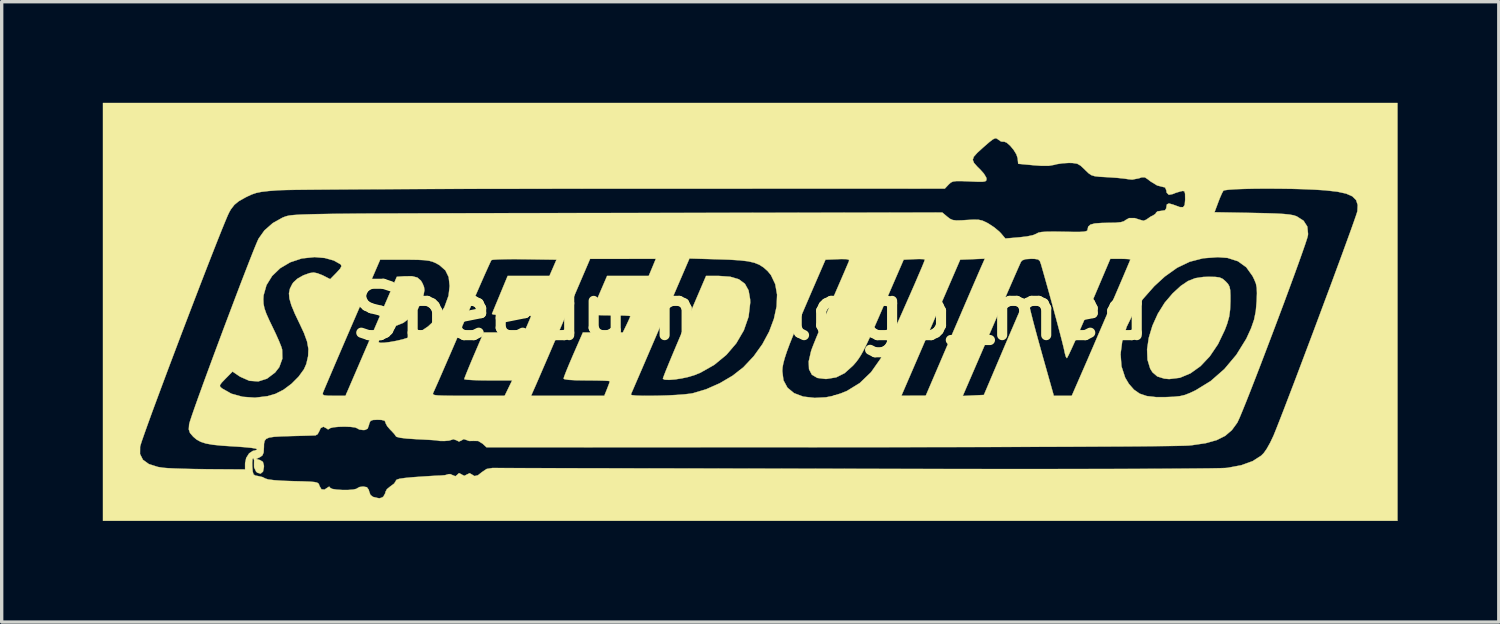
<source format=kicad_pcb>
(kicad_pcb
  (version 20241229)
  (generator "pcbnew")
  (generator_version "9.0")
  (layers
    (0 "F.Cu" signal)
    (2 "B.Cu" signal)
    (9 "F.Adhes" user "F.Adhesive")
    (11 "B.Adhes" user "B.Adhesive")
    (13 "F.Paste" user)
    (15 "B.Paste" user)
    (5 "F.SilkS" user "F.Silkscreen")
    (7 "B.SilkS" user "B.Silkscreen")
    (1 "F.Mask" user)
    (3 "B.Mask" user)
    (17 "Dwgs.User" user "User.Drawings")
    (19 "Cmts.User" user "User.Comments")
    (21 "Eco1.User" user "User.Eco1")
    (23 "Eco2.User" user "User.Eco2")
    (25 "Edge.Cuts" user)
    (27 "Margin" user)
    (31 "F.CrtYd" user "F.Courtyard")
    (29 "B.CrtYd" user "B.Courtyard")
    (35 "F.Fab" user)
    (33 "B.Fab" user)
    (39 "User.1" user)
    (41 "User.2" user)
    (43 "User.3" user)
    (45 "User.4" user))
  (footprint "Speeduino logo_med"
    (layer "F.Cu")
    (at 19.207 6.203)
    (property "Reference" "Speeduino logo_med" (at 0 0 0) (layer "F.SilkS") (effects (font (size 1.524 1.524) (thickness 0.3))))
    (attr through_hole)
    (fp_poly (pts (xy -0.593 -1.043) (xy -0.337 -0.967) (xy -0.158 -0.834) (xy -0.049 -0.637) (xy -0.003 -0.371) (xy -0.00019 -0.275) (xy -0.049 0.143) (xy -0.19 0.548) (xy -0.413 0.93) (xy -0.707 1.274) (xy -1.065 1.569) (xy -1.475 1.802) (xy -1.649 1.873) (xy -1.828 1.928) (xy -2.03 1.972) (xy -2.231 2.003) (xy -2.407 2.017) (xy -2.534 2.012) (xy -2.59 1.986) (xy -2.591 1.981) (xy -2.571 1.921) (xy -2.517 1.78) (xy -2.431 1.569) (xy -2.319 1.299) (xy -2.186 0.983) (xy -2.037 0.631) (xy -1.95 0.428) (xy -1.31 -1.067) (xy -0.933 -1.067) (xy -0.593 -1.043)) (stroke (width 0.01) (type solid)) (fill yes) (layer "F.SilkS"))
    (fp_poly (pts (xy 13.798 -1.038) (xy 13.925 -1.021) (xy 14.015 -0.981) (xy 14.097 -0.911) (xy 14.109 -0.9) (xy 14.177 -0.825) (xy 14.218 -0.75) (xy 14.239 -0.648) (xy 14.246 -0.493) (xy 14.246 -0.316) (xy 14.236 -0.061) (xy 14.208 0.144) (xy 14.15 0.349) (xy 14.081 0.533) (xy 13.878 0.957) (xy 13.634 1.318) (xy 13.359 1.609) (xy 13.06 1.823) (xy 12.747 1.954) (xy 12.428 1.993) (xy 12.284 1.979) (xy 12.077 1.915) (xy 11.934 1.792) (xy 11.865 1.68) (xy 11.786 1.42) (xy 11.774 1.109) (xy 11.825 0.765) (xy 11.933 0.408) (xy 12.092 0.056) (xy 12.297 -0.273) (xy 12.534 -0.551) (xy 12.773 -0.77) (xy 12.987 -0.915) (xy 13.202 -1) (xy 13.447 -1.037) (xy 13.601 -1.041) (xy 13.798 -1.038)) (stroke (width 0.01) (type solid)) (fill yes) (layer "F.SilkS"))
    (fp_poly (pts (xy 19.202 6.198) (xy -19.202 6.198) (xy -19.202 4.216) (xy -18.103 4.216) (xy -18.017 4.387) (xy -17.84 4.515) (xy -17.572 4.6) (xy -17.424 4.624) (xy -17.288 4.635) (xy -17.071 4.646) (xy -16.793 4.655) (xy -16.473 4.662) (xy -16.134 4.666) (xy -16.066 4.667) (xy -14.986 4.674) (xy -14.986 4.496) (xy -14.981 4.471) (xy -14.775 4.471) (xy -14.773 4.58) (xy -14.76 4.738) (xy -14.735 4.821) (xy -14.681 4.856) (xy -14.605 4.869) (xy -14.47 4.9) (xy -14.381 4.945) (xy -14.298 4.971) (xy -14.123 4.993) (xy -13.866 5.011) (xy -13.56 5.021) (xy -13.27 5.028) (xy -13.066 5.036) (xy -12.932 5.047) (xy -12.851 5.065) (xy -12.808 5.092) (xy -12.788 5.131) (xy -12.78 5.161) (xy -12.721 5.263) (xy -12.63 5.272) (xy -12.551 5.22) (xy -12.491 5.182) (xy -12.461 5.22) (xy -12.402 5.251) (xy -12.273 5.272) (xy -12.105 5.283) (xy -11.929 5.283) (xy -11.776 5.271) (xy -11.677 5.247) (xy -11.659 5.232) (xy -11.59 5.195) (xy -11.482 5.182) (xy -11.372 5.201) (xy -11.317 5.279) (xy -11.304 5.331) (xy -11.266 5.431) (xy -11.192 5.488) (xy -11.051 5.522) (xy -10.996 5.53) (xy -10.917 5.504) (xy -10.881 5.476) (xy -10.827 5.378) (xy -10.82 5.337) (xy -10.779 5.26) (xy -10.68 5.179) (xy -10.668 5.171) (xy -10.565 5.094) (xy -10.516 5.02) (xy -10.516 5.013) (xy -10.491 4.979) (xy -10.407 4.951) (xy -10.252 4.928) (xy -10.012 4.905) (xy -9.944 4.9) (xy -9.693 4.883) (xy -9.46 4.868) (xy -9.275 4.858) (xy -9.186 4.855) (xy -9.055 4.844) (xy -8.971 4.821) (xy -8.965 4.816) (xy -8.9 4.812) (xy -8.832 4.842) (xy -8.746 4.876) (xy -8.692 4.833) (xy -8.689 4.829) (xy -8.639 4.783) (xy -8.569 4.818) (xy -8.564 4.823) (xy -8.482 4.864) (xy -8.405 4.824) (xy -8.324 4.786) (xy -8.268 4.818) (xy -8.179 4.871) (xy -8.078 4.847) (xy -7.957 4.752) (xy -7.82 4.66) (xy -7.65 4.631) (xy -7.607 4.631) (xy -7.536 4.631) (xy -7.368 4.632) (xy -7.108 4.633) (xy -6.761 4.634) (xy -6.331 4.635) (xy -5.825 4.636) (xy -5.246 4.638) (xy -4.599 4.639) (xy -3.889 4.641) (xy -3.122 4.643) (xy -2.301 4.644) (xy -1.432 4.646) (xy -0.519 4.648) (xy 0.432 4.65) (xy 1.417 4.652) (xy 2.431 4.654) (xy 3.175 4.656) (xy 4.515 4.658) (xy 5.775 4.66) (xy 6.954 4.661) (xy 8.05 4.661) (xy 9.061 4.661) (xy 9.986 4.66) (xy 10.823 4.659) (xy 11.571 4.657) (xy 12.228 4.654) (xy 12.792 4.65) (xy 13.262 4.646) (xy 13.637 4.642) (xy 13.914 4.637) (xy 14.092 4.631) (xy 14.159 4.626) (xy 14.57 4.549) (xy 14.907 4.427) (xy 15.16 4.264) (xy 15.233 4.191) (xy 15.324 4.062) (xy 15.428 3.876) (xy 15.525 3.671) (xy 15.533 3.652) (xy 15.609 3.463) (xy 15.712 3.201) (xy 15.838 2.877) (xy 15.982 2.5) (xy 16.143 2.08) (xy 16.315 1.625) (xy 16.495 1.147) (xy 16.681 0.654) (xy 16.867 0.156) (xy 17.051 -0.338) (xy 17.23 -0.817) (xy 17.398 -1.273) (xy 17.554 -1.695) (xy 17.692 -2.074) (xy 17.811 -2.401) (xy 17.905 -2.665) (xy 17.972 -2.858) (xy 18.008 -2.969) (xy 18.013 -2.989) (xy 18.022 -3.174) (xy 17.975 -3.318) (xy 17.865 -3.428) (xy 17.681 -3.509) (xy 17.416 -3.567) (xy 17.059 -3.607) (xy 17.026 -3.609) (xy 16.74 -3.627) (xy 16.413 -3.641) (xy 16.06 -3.651) (xy 15.694 -3.656) (xy 15.331 -3.658) (xy 14.986 -3.656) (xy 14.672 -3.649) (xy 14.406 -3.64) (xy 14.201 -3.626) (xy 14.073 -3.609) (xy 14.036 -3.594) (xy 13.993 -3.514) (xy 13.931 -3.373) (xy 13.881 -3.243) (xy 13.774 -2.956) (xy 14.901 -2.936) (xy 15.293 -2.928) (xy 15.598 -2.918) (xy 15.828 -2.905) (xy 15.997 -2.888) (xy 16.119 -2.866) (xy 16.206 -2.837) (xy 16.214 -2.834) (xy 16.416 -2.705) (xy 16.527 -2.532) (xy 16.549 -2.312) (xy 16.545 -2.271) (xy 16.521 -2.181) (xy 16.464 -2.006) (xy 16.378 -1.759) (xy 16.268 -1.449) (xy 16.137 -1.088) (xy 15.99 -0.688) (xy 15.831 -0.257) (xy 15.663 0.191) (xy 15.491 0.647) (xy 15.319 1.1) (xy 15.152 1.539) (xy 14.992 1.953) (xy 14.845 2.331) (xy 14.714 2.662) (xy 14.603 2.936) (xy 14.518 3.14) (xy 14.46 3.266) (xy 14.449 3.288) (xy 14.289 3.507) (xy 14.091 3.677) (xy 13.839 3.803) (xy 13.52 3.893) (xy 13.118 3.953) (xy 13.006 3.964) (xy 12.898 3.969) (xy 12.693 3.974) (xy 12.396 3.979) (xy 12.011 3.983) (xy 11.542 3.988) (xy 10.995 3.992) (xy 10.373 3.995) (xy 9.681 3.999) (xy 8.924 4.002) (xy 8.107 4.005) (xy 7.233 4.008) (xy 6.308 4.01) (xy 5.335 4.011) (xy 4.32 4.013) (xy 3.267 4.014) (xy 2.325 4.014) (xy -7.823 4.017) (xy -7.938 3.91) (xy -8.071 3.829) (xy -8.211 3.827) (xy -8.339 3.829) (xy -8.424 3.798) (xy -8.425 3.798) (xy -8.498 3.773) (xy -8.558 3.808) (xy -8.64 3.847) (xy -8.712 3.81) (xy -8.81 3.776) (xy -8.852 3.793) (xy -8.936 3.818) (xy -9.072 3.83) (xy -9.211 3.828) (xy -9.296 3.813) (xy -9.354 3.807) (xy -9.492 3.798) (xy -9.69 3.787) (xy -9.906 3.776) (xy -10.185 3.758) (xy -10.383 3.734) (xy -10.493 3.706) (xy -10.511 3.69) (xy -10.56 3.62) (xy -10.653 3.52) (xy -10.676 3.498) (xy -10.77 3.39) (xy -10.819 3.296) (xy -10.82 3.282) (xy -10.845 3.229) (xy -10.935 3.205) (xy -11.05 3.2) (xy -11.193 3.206) (xy -11.266 3.235) (xy -11.3 3.306) (xy -11.311 3.353) (xy -11.35 3.463) (xy -11.429 3.502) (xy -11.484 3.505) (xy -11.599 3.489) (xy -11.659 3.454) (xy -11.724 3.427) (xy -11.859 3.411) (xy -12.031 3.404) (xy -12.21 3.409) (xy -12.363 3.423) (xy -12.459 3.447) (xy -12.474 3.459) (xy -12.525 3.487) (xy -12.563 3.459) (xy -12.663 3.406) (xy -12.744 3.448) (xy -12.781 3.531) (xy -12.834 3.628) (xy -12.896 3.663) (xy -12.978 3.666) (xy -13.137 3.671) (xy -13.352 3.677) (xy -13.589 3.683) (xy -13.898 3.692) (xy -14.12 3.705) (xy -14.269 3.727) (xy -14.36 3.766) (xy -14.407 3.826) (xy -14.425 3.913) (xy -14.427 4.011) (xy -14.436 4.168) (xy -14.471 4.256) (xy -14.541 4.307) (xy -14.656 4.363) (xy -14.541 4.397) (xy -14.458 4.449) (xy -14.428 4.556) (xy -14.427 4.598) (xy -14.454 4.737) (xy -14.525 4.798) (xy -14.622 4.771) (xy -14.659 4.739) (xy -14.719 4.612) (xy -14.72 4.511) (xy -14.718 4.397) (xy -14.743 4.336) (xy -14.766 4.366) (xy -14.775 4.471) (xy -14.981 4.471) (xy -14.953 4.333) (xy -14.867 4.198) (xy -14.753 4.122) (xy -14.707 4.115) (xy -14.639 4.091) (xy -14.63 4.071) (xy -14.678 4.053) (xy -14.809 4.032) (xy -15.003 4.013) (xy -15.244 3.995) (xy -15.303 3.992) (xy -15.665 3.969) (xy -15.941 3.941) (xy -16.149 3.904) (xy -16.305 3.853) (xy -16.426 3.786) (xy -16.525 3.702) (xy -16.621 3.59) (xy -16.656 3.486) (xy -16.646 3.337) (xy -16.646 3.337) (xy -16.623 3.254) (xy -16.568 3.086) (xy -16.485 2.846) (xy -16.377 2.543) (xy -16.248 2.188) (xy -16.242 2.17) (xy -15.731 2.17) (xy -15.728 2.217) (xy -15.678 2.264) (xy -15.672 2.269) (xy -15.393 2.427) (xy -15.058 2.519) (xy -14.692 2.545) (xy -14.32 2.5) (xy -14.138 2.447) (xy -12.682 2.447) (xy -12.644 2.474) (xy -12.544 2.486) (xy -12.363 2.489) (xy -12.357 2.489) (xy -12.007 2.489) (xy -11.98 2.427) (xy -9.414 2.427) (xy -9.404 2.45) (xy -9.36 2.467) (xy -9.271 2.478) (xy -9.123 2.484) (xy -8.905 2.488) (xy -8.605 2.489) (xy -8.369 2.489) (xy -7.285 2.489) (xy -6.501 2.489) (xy -4.329 2.489) (xy -4.314 2.451) (xy -3.542 2.451) (xy -3.506 2.47) (xy -3.387 2.483) (xy -3.204 2.489) (xy -2.974 2.49) (xy -2.716 2.486) (xy -2.45 2.478) (xy -2.192 2.464) (xy -1.962 2.447) (xy -1.778 2.426) (xy -1.702 2.413) (xy -1.309 2.296) (xy -0.902 2.116) (xy -0.52 1.891) (xy -0.345 1.754) (xy 0.951 1.754) (xy 0.986 2.029) (xy 1.105 2.249) (xy 1.301 2.411) (xy 1.572 2.513) (xy 1.913 2.552) (xy 2.246 2.534) (xy 2.444 2.494) (xy 6.305 2.494) (xy 6.619 2.479) (xy 6.932 2.464) (xy 7.526 1.067) (xy 7.677 0.712) (xy 7.818 0.385) (xy 7.941 0.098) (xy 8.043 -0.135) (xy 8.118 -0.304) (xy 8.161 -0.394) (xy 8.166 -0.405) (xy 8.198 -0.415) (xy 8.234 -0.343) (xy 8.279 -0.182) (xy 8.298 -0.1) (xy 8.338 0.063) (xy 8.399 0.303) (xy 8.478 0.599) (xy 8.569 0.931) (xy 8.665 1.277) (xy 8.695 1.384) (xy 9.007 2.489) (xy 9.539 2.489) (xy 9.744 2.019) (xy 9.866 1.739) (xy 10.006 1.418) (xy 10.08 1.245) (xy 10.987 1.245) (xy 11.014 1.615) (xy 11.123 1.949) (xy 11.233 2.134) (xy 11.384 2.307) (xy 11.555 2.426) (xy 11.766 2.497) (xy 12.039 2.528) (xy 12.324 2.528) (xy 12.569 2.518) (xy 12.749 2.499) (xy 12.897 2.464) (xy 13.049 2.404) (xy 13.216 2.325) (xy 13.659 2.053) (xy 14.066 1.697) (xy 14.423 1.272) (xy 14.718 0.796) (xy 14.861 0.483) (xy 14.948 0.231) (xy 14.999 -0.021) (xy 15.025 -0.322) (xy 15.025 -0.33) (xy 15.033 -0.556) (xy 15.027 -0.715) (xy 15.003 -0.839) (xy 14.953 -0.962) (xy 14.901 -1.067) (xy 14.716 -1.325) (xy 14.469 -1.503) (xy 14.16 -1.602) (xy 13.872 -1.624) (xy 13.436 -1.591) (xy 13.04 -1.489) (xy 12.667 -1.311) (xy 12.299 -1.049) (xy 11.987 -0.763) (xy 11.645 -0.376) (xy 11.371 0.029) (xy 11.168 0.442) (xy 11.039 0.851) (xy 10.987 1.245) (xy 10.08 1.245) (xy 10.158 1.066) (xy 10.317 0.695) (xy 10.48 0.318) (xy 10.64 -0.054) (xy 10.792 -0.41) (xy 10.933 -0.738) (xy 11.056 -1.026) (xy 11.156 -1.263) (xy 11.23 -1.437) (xy 11.271 -1.536) (xy 11.278 -1.555) (xy 11.231 -1.566) (xy 11.112 -1.573) (xy 10.98 -1.575) (xy 10.683 -1.575) (xy 10.057 -0.102) (xy 9.902 0.259) (xy 9.759 0.588) (xy 9.633 0.874) (xy 9.528 1.105) (xy 9.45 1.27) (xy 9.403 1.359) (xy 9.393 1.372) (xy 9.363 1.327) (xy 9.331 1.214) (xy 9.32 1.156) (xy 9.297 1.053) (xy 9.251 0.868) (xy 9.186 0.617) (xy 9.106 0.316) (xy 9.016 -0.019) (xy 8.92 -0.372) (xy 8.821 -0.728) (xy 8.725 -1.07) (xy 8.636 -1.382) (xy 8.628 -1.41) (xy 8.593 -1.508) (xy 8.539 -1.557) (xy 8.437 -1.573) (xy 8.331 -1.575) (xy 8.162 -1.564) (xy 8.066 -1.526) (xy 8.031 -1.483) (xy 8.001 -1.417) (xy 7.935 -1.269) (xy 7.838 -1.048) (xy 7.714 -0.764) (xy 7.568 -0.429) (xy 7.405 -0.052) (xy 7.228 0.357) (xy 7.144 0.552) (xy 6.305 2.494) (xy 2.444 2.494) (xy 2.448 2.493) (xy 2.461 2.489) (xy 4.484 2.489) (xy 4.845 2.488) (xy 5.207 2.488) (xy 5.953 0.748) (xy 6.129 0.341) (xy 6.296 -0.049) (xy 6.451 -0.409) (xy 6.587 -0.725) (xy 6.7 -0.985) (xy 6.783 -1.177) (xy 6.83 -1.285) (xy 6.96 -1.579) (xy 6.594 -1.564) (xy 6.229 -1.549) (xy 5.356 0.47) (xy 4.484 2.489) (xy 2.461 2.489) (xy 2.684 2.42) (xy 2.869 2.345) (xy 3.25 2.111) (xy 3.585 1.789) (xy 3.87 1.384) (xy 3.946 1.245) (xy 4.008 1.116) (xy 4.099 0.922) (xy 4.212 0.676) (xy 4.34 0.392) (xy 4.478 0.084) (xy 4.618 -0.233) (xy 4.756 -0.546) (xy 4.885 -0.84) (xy 4.997 -1.102) (xy 5.089 -1.316) (xy 5.152 -1.47) (xy 5.18 -1.548) (xy 5.182 -1.554) (xy 5.135 -1.565) (xy 5.015 -1.569) (xy 4.867 -1.565) (xy 4.552 -1.549) (xy 4.013 -0.305) (xy 3.825 0.129) (xy 3.671 0.481) (xy 3.545 0.762) (xy 3.442 0.982) (xy 3.356 1.153) (xy 3.282 1.286) (xy 3.214 1.391) (xy 3.147 1.481) (xy 3.074 1.566) (xy 3.042 1.6) (xy 2.802 1.816) (xy 2.553 1.941) (xy 2.271 1.988) (xy 2.23 1.989) (xy 1.991 1.959) (xy 1.829 1.863) (xy 1.744 1.7) (xy 1.735 1.472) (xy 1.802 1.176) (xy 1.822 1.113) (xy 1.87 0.988) (xy 1.951 0.787) (xy 2.058 0.527) (xy 2.185 0.225) (xy 2.325 -0.102) (xy 2.412 -0.305) (xy 2.55 -0.625) (xy 2.676 -0.915) (xy 2.783 -1.163) (xy 2.865 -1.355) (xy 2.917 -1.477) (xy 2.933 -1.514) (xy 2.924 -1.548) (xy 2.853 -1.565) (xy 2.704 -1.568) (xy 2.595 -1.564) (xy 2.232 -1.549) (xy 1.825 -0.61) (xy 1.607 -0.103) (xy 1.427 0.321) (xy 1.282 0.671) (xy 1.168 0.956) (xy 1.083 1.187) (xy 1.022 1.373) (xy 0.982 1.522) (xy 0.959 1.645) (xy 0.951 1.752) (xy 0.951 1.754) (xy -0.345 1.754) (xy -0.205 1.645) (xy 0.104 1.316) (xy 0.361 0.958) (xy 0.562 0.584) (xy 0.703 0.206) (xy 0.783 -0.164) (xy 0.797 -0.512) (xy 0.742 -0.825) (xy 0.615 -1.092) (xy 0.516 -1.212) (xy 0.397 -1.318) (xy 0.271 -1.399) (xy 0.122 -1.459) (xy -0.067 -1.502) (xy -0.311 -1.53) (xy -0.629 -1.55) (xy -0.94 -1.56) (xy -1.803 -1.585) (xy -2.663 0.414) (xy -2.845 0.837) (xy -3.015 1.232) (xy -3.168 1.588) (xy -3.301 1.896) (xy -3.409 2.145) (xy -3.487 2.327) (xy -3.533 2.43) (xy -3.542 2.451) (xy -4.314 2.451) (xy -4.247 2.285) (xy -4.197 2.155) (xy -4.168 2.07) (xy -4.166 2.056) (xy -4.213 2.047) (xy -4.344 2.04) (xy -4.539 2.035) (xy -4.781 2.032) (xy -4.851 2.032) (xy -5.165 2.028) (xy -5.386 2.016) (xy -5.509 1.997) (xy -5.537 1.978) (xy -5.518 1.914) (xy -5.465 1.776) (xy -5.385 1.581) (xy -5.286 1.349) (xy -5.251 1.267) (xy -4.964 0.61) (xy -3.779 0.61) (xy -3.668 0.38) (xy -3.604 0.243) (xy -3.563 0.149) (xy -3.556 0.126) (xy -3.603 0.116) (xy -3.732 0.108) (xy -3.923 0.103) (xy -4.14 0.102) (xy -4.37 0.099) (xy -4.558 0.093) (xy -4.682 0.083) (xy -4.724 0.072) (xy -4.705 0.017) (xy -4.654 -0.112) (xy -4.577 -0.296) (xy -4.485 -0.512) (xy -4.246 -1.067) (xy -3.628 -1.067) (xy -3.011 -1.067) (xy -2.905 -1.321) (xy -2.8 -1.575) (xy -3.775 -1.574) (xy -4.75 -1.574) (xy -5.496 0.166) (xy -5.671 0.573) (xy -5.839 0.963) (xy -5.993 1.322) (xy -6.13 1.638) (xy -6.242 1.898) (xy -6.325 2.09) (xy -6.372 2.197) (xy -6.501 2.489) (xy -7.285 2.489) (xy -7.174 2.261) (xy -7.063 2.032) (xy -7.773 2.032) (xy -8.029 2.029) (xy -8.243 2.022) (xy -8.399 2.012) (xy -8.478 1.999) (xy -8.484 1.994) (xy -8.465 1.936) (xy -8.412 1.802) (xy -8.334 1.611) (xy -8.237 1.379) (xy -8.196 1.283) (xy -7.908 0.61) (xy -6.71 0.61) (xy -6.606 0.375) (xy -6.547 0.237) (xy -6.509 0.143) (xy -6.502 0.121) (xy -6.55 0.113) (xy -6.679 0.107) (xy -6.87 0.103) (xy -7.091 0.102) (xy -7.32 0.098) (xy -7.504 0.089) (xy -7.625 0.076) (xy -7.662 0.06) (xy -7.637 -0.001) (xy -7.582 -0.136) (xy -7.504 -0.323) (xy -7.421 -0.524) (xy -7.196 -1.067) (xy -5.957 -1.067) (xy -5.852 -1.308) (xy -5.748 -1.549) (xy -6.693 -1.563) (xy -6.993 -1.566) (xy -7.259 -1.564) (xy -7.472 -1.558) (xy -7.617 -1.549) (xy -7.677 -1.538) (xy -7.705 -1.484) (xy -7.768 -1.347) (xy -7.863 -1.137) (xy -7.984 -0.863) (xy -8.127 -0.536) (xy -8.288 -0.167) (xy -8.463 0.236) (xy -8.534 0.402) (xy -8.713 0.818) (xy -8.881 1.207) (xy -9.034 1.558) (xy -9.166 1.862) (xy -9.273 2.107) (xy -9.352 2.284) (xy -9.396 2.382) (xy -9.403 2.396) (xy -9.414 2.427) (xy -11.98 2.427) (xy -10.485 -1.041) (xy -10.263 -1.057) (xy -10.033 -1.059) (xy -9.876 -1.019) (xy -9.77 -0.928) (xy -9.721 -0.844) (xy -9.678 -0.739) (xy -9.666 -0.645) (xy -9.687 -0.523) (xy -9.725 -0.385) (xy -9.853 -0.1) (xy -10.048 0.142) (xy -10.292 0.325) (xy -10.563 0.434) (xy -10.757 0.457) (xy -10.846 0.495) (xy -10.924 0.619) (xy -10.942 0.661) (xy -10.992 0.793) (xy -11.021 0.882) (xy -11.024 0.897) (xy -10.979 0.917) (xy -10.86 0.915) (xy -10.693 0.894) (xy -10.503 0.86) (xy -10.314 0.816) (xy -10.151 0.765) (xy -10.149 0.764) (xy -9.951 0.673) (xy -9.728 0.547) (xy -9.557 0.432) (xy -9.28 0.173) (xy -9.074 -0.138) (xy -8.95 -0.48) (xy -8.917 -0.769) (xy -8.946 -1.033) (xy -9.043 -1.232) (xy -9.219 -1.387) (xy -9.325 -1.447) (xy -9.42 -1.488) (xy -9.526 -1.517) (xy -9.665 -1.535) (xy -9.857 -1.545) (xy -10.121 -1.549) (xy -10.252 -1.549) (xy -10.979 -1.549) (xy -11.814 0.381) (xy -11.995 0.799) (xy -12.163 1.19) (xy -12.315 1.544) (xy -12.446 1.851) (xy -12.552 2.1) (xy -12.629 2.281) (xy -12.671 2.383) (xy -12.678 2.4) (xy -12.682 2.447) (xy -14.138 2.447) (xy -14.086 2.432) (xy -13.846 2.31) (xy -13.608 2.132) (xy -13.398 1.921) (xy -13.239 1.702) (xy -13.169 1.544) (xy -13.116 1.313) (xy -13.107 1.101) (xy -13.146 0.881) (xy -13.238 0.627) (xy -13.355 0.376) (xy -13.509 0.054) (xy -13.613 -0.197) (xy -13.67 -0.394) (xy -13.684 -0.552) (xy -13.655 -0.69) (xy -13.589 -0.822) (xy -13.557 -0.871) (xy -13.436 -0.983) (xy -13.259 -1.084) (xy -13.069 -1.152) (xy -12.951 -1.168) (xy -12.842 -1.146) (xy -12.696 -1.09) (xy -12.655 -1.07) (xy -12.461 -0.971) (xy -12.273 -1.163) (xy -12.166 -1.281) (xy -12.127 -1.355) (xy -12.145 -1.404) (xy -12.155 -1.413) (xy -12.354 -1.525) (xy -12.619 -1.599) (xy -12.921 -1.626) (xy -12.925 -1.626) (xy -13.303 -1.586) (xy -13.647 -1.472) (xy -13.945 -1.296) (xy -14.184 -1.066) (xy -14.352 -0.794) (xy -14.438 -0.489) (xy -14.445 -0.374) (xy -14.439 -0.24) (xy -14.412 -0.105) (xy -14.356 0.054) (xy -14.262 0.263) (xy -14.183 0.426) (xy -14.074 0.654) (xy -13.981 0.862) (xy -13.915 1.026) (xy -13.887 1.116) (xy -13.881 1.388) (xy -13.972 1.639) (xy -14.096 1.799) (xy -14.337 1.981) (xy -14.593 2.062) (xy -14.859 2.044) (xy -15.13 1.924) (xy -15.167 1.9) (xy -15.358 1.77) (xy -15.566 1.98) (xy -15.68 2.099) (xy -15.731 2.17) (xy -16.242 2.17) (xy -16.104 1.793) (xy -15.947 1.368) (xy -15.782 0.924) (xy -15.613 0.471) (xy -15.443 0.021) (xy -15.278 -0.416) (xy -15.121 -0.829) (xy -14.975 -1.207) (xy -14.846 -1.539) (xy -14.737 -1.815) (xy -14.652 -2.023) (xy -14.595 -2.153) (xy -14.586 -2.172) (xy -14.412 -2.417) (xy -14.165 -2.634) (xy -13.874 -2.797) (xy -13.805 -2.824) (xy -13.77 -2.836) (xy -13.73 -2.847) (xy -13.681 -2.857) (xy -13.618 -2.866) (xy -13.536 -2.874) (xy -13.432 -2.881) (xy -13.301 -2.888) (xy -13.139 -2.893) (xy -12.941 -2.899) (xy -12.703 -2.903) (xy -12.42 -2.908) (xy -12.088 -2.911) (xy -11.703 -2.915) (xy -11.26 -2.918) (xy -10.756 -2.92) (xy -10.185 -2.922) (xy -9.543 -2.924) (xy -8.826 -2.926) (xy -8.029 -2.928) (xy -7.148 -2.93) (xy -6.179 -2.931) (xy -5.118 -2.933) (xy -3.959 -2.934) (xy -3.92 -2.934) (xy 5.698 -2.948) (xy 5.847 -2.823) (xy 5.928 -2.761) (xy 6.009 -2.726) (xy 6.117 -2.713) (xy 6.281 -2.717) (xy 6.414 -2.726) (xy 6.629 -2.737) (xy 6.776 -2.733) (xy 6.891 -2.707) (xy 7.007 -2.654) (xy 7.072 -2.618) (xy 7.239 -2.508) (xy 7.388 -2.384) (xy 7.44 -2.33) (xy 7.569 -2.177) (xy 7.988 -2.213) (xy 8.211 -2.239) (xy 8.386 -2.276) (xy 8.486 -2.317) (xy 8.491 -2.32) (xy 8.547 -2.35) (xy 8.645 -2.37) (xy 8.8 -2.38) (xy 9.028 -2.382) (xy 9.291 -2.378) (xy 9.577 -2.373) (xy 9.777 -2.373) (xy 9.904 -2.381) (xy 9.975 -2.397) (xy 10.004 -2.422) (xy 10.008 -2.441) (xy 10.027 -2.53) (xy 10.093 -2.589) (xy 10.223 -2.624) (xy 10.43 -2.639) (xy 10.596 -2.642) (xy 10.839 -2.646) (xy 10.998 -2.662) (xy 11.092 -2.691) (xy 11.125 -2.718) (xy 11.241 -2.783) (xy 11.407 -2.783) (xy 11.554 -2.735) (xy 11.668 -2.703) (xy 11.756 -2.739) (xy 11.773 -2.753) (xy 11.885 -2.83) (xy 11.951 -2.861) (xy 12.026 -2.912) (xy 12.04 -2.945) (xy 12.084 -2.982) (xy 12.19 -2.997) (xy 12.192 -2.997) (xy 12.305 -3.015) (xy 12.344 -3.076) (xy 12.344 -3.09) (xy 12.361 -3.189) (xy 12.422 -3.217) (xy 12.546 -3.183) (xy 12.576 -3.171) (xy 12.745 -3.109) (xy 12.843 -3.107) (xy 12.89 -3.174) (xy 12.903 -3.321) (xy 12.903 -3.354) (xy 12.901 -3.504) (xy 12.883 -3.575) (xy 12.836 -3.59) (xy 12.764 -3.575) (xy 12.625 -3.533) (xy 12.534 -3.496) (xy 12.42 -3.474) (xy 12.355 -3.538) (xy 12.344 -3.61) (xy 12.307 -3.692) (xy 12.242 -3.708) (xy 12.073 -3.751) (xy 11.872 -3.874) (xy 11.8 -3.931) (xy 11.707 -3.993) (xy 11.615 -3.993) (xy 11.534 -3.964) (xy 11.332 -3.925) (xy 11.215 -3.937) (xy 11.089 -3.956) (xy 10.895 -3.976) (xy 10.67 -3.992) (xy 10.586 -3.997) (xy 10.367 -4.009) (xy 10.221 -4.026) (xy 10.121 -4.057) (xy 10.04 -4.111) (xy 9.949 -4.198) (xy 9.928 -4.22) (xy 9.804 -4.337) (xy 9.7 -4.397) (xy 9.569 -4.417) (xy 9.455 -4.42) (xy 9.264 -4.409) (xy 9.089 -4.382) (xy 9.021 -4.363) (xy 8.862 -4.335) (xy 8.621 -4.335) (xy 8.407 -4.351) (xy 7.95 -4.394) (xy 7.934 -4.56) (xy 7.896 -4.675) (xy 7.815 -4.807) (xy 7.713 -4.93) (xy 7.61 -5.02) (xy 7.528 -5.054) (xy 7.509 -5.049) (xy 7.44 -5.056) (xy 7.364 -5.107) (xy 7.315 -5.144) (xy 7.265 -5.151) (xy 7.196 -5.117) (xy 7.09 -5.035) (xy 6.928 -4.894) (xy 6.911 -4.879) (xy 6.735 -4.719) (xy 6.633 -4.604) (xy 6.602 -4.512) (xy 6.639 -4.419) (xy 6.741 -4.304) (xy 6.828 -4.219) (xy 6.935 -4.098) (xy 7.001 -3.987) (xy 7.01 -3.946) (xy 7.004 -3.901) (xy 6.972 -3.874) (xy 6.896 -3.862) (xy 6.758 -3.861) (xy 6.539 -3.87) (xy 6.504 -3.872) (xy 6.271 -3.881) (xy 6.117 -3.881) (xy 6.018 -3.868) (xy 5.952 -3.838) (xy 5.895 -3.787) (xy 5.885 -3.777) (xy 5.773 -3.658) (xy -3.806 -3.656) (xy -4.795 -3.656) (xy -5.763 -3.655) (xy -6.703 -3.653) (xy -7.612 -3.652) (xy -8.483 -3.65) (xy -9.31 -3.647) (xy -10.089 -3.644) (xy -10.814 -3.641) (xy -11.48 -3.638) (xy -12.082 -3.634) (xy -12.613 -3.63) (xy -13.069 -3.626) (xy -13.443 -3.622) (xy -13.732 -3.617) (xy -13.929 -3.612) (xy -14.019 -3.608) (xy -14.296 -3.586) (xy -14.499 -3.562) (xy -14.655 -3.53) (xy -14.79 -3.484) (xy -14.934 -3.417) (xy -14.979 -3.394) (xy -15.173 -3.284) (xy -15.304 -3.177) (xy -15.407 -3.043) (xy -15.452 -2.965) (xy -15.499 -2.867) (xy -15.576 -2.684) (xy -15.681 -2.427) (xy -15.81 -2.104) (xy -15.959 -1.725) (xy -16.125 -1.3) (xy -16.303 -0.84) (xy -16.49 -0.353) (xy -16.683 0.151) (xy -16.878 0.662) (xy -17.07 1.17) (xy -17.257 1.665) (xy -17.434 2.139) (xy -17.598 2.58) (xy -17.746 2.98) (xy -17.872 3.328) (xy -17.975 3.616) (xy -18.05 3.832) (xy -18.093 3.968) (xy -18.101 4.001) (xy -18.103 4.216) (xy -19.202 4.216) (xy -19.202 -6.198) (xy 19.202 -6.198) (xy 19.202 6.198)) (stroke (width 0.01) (type solid)) (fill yes) (layer "F.SilkS")))
  (gr_rect
    (start -3 -3)
    (end 41.415 15.405)
    (stroke (width 0.1) (type default))
    (fill no)
    (layer "Edge.Cuts")))
</source>
